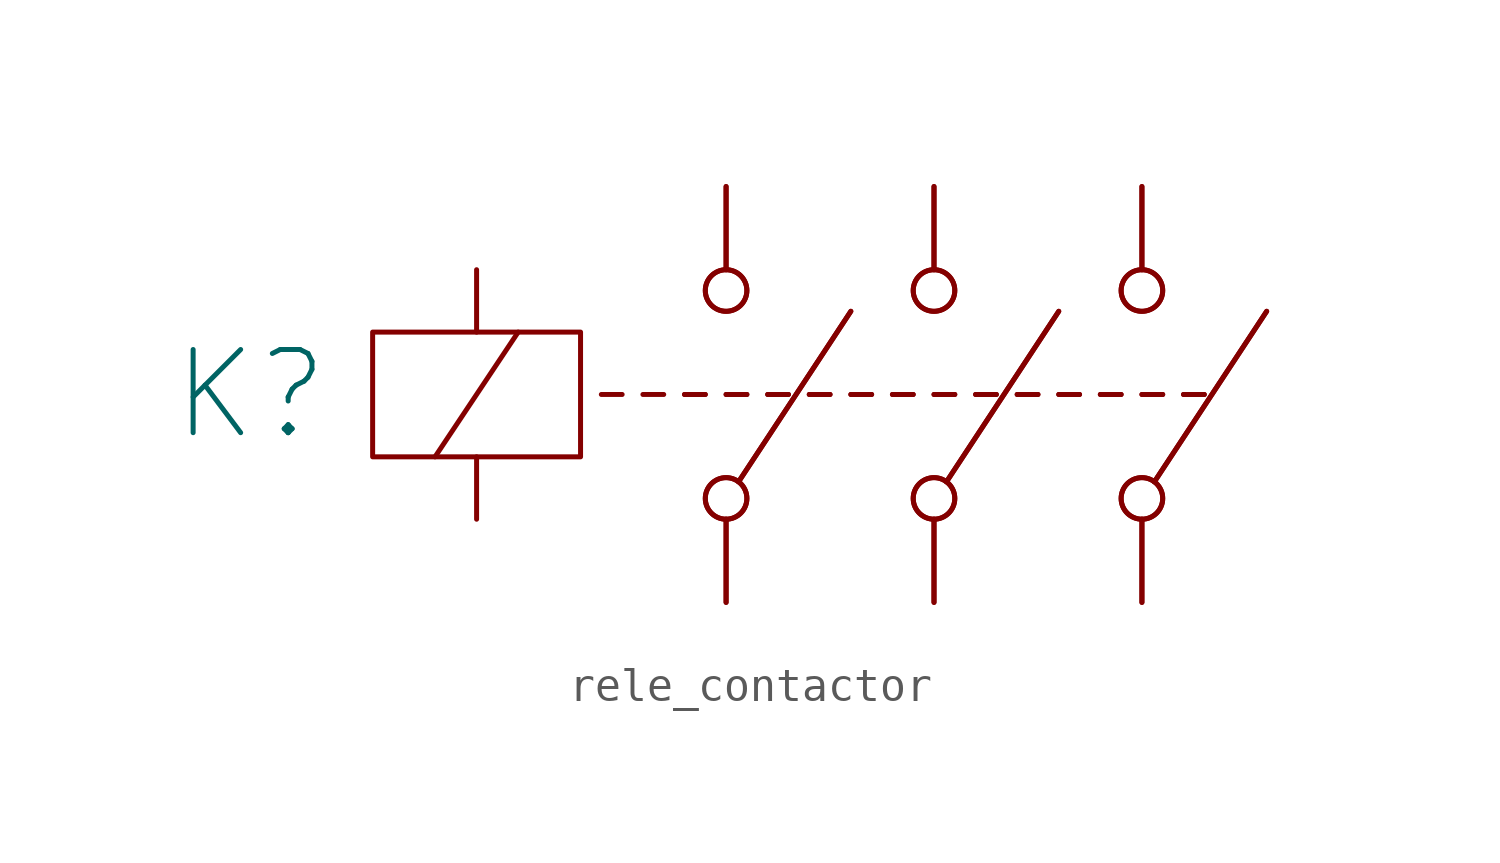
<source format=kicad_sym>
(kicad_symbol_lib
  (version 20211014)
  (generator kicad_symbol_editor)
  (symbol "rele_contactor"
    (pin_names
      (offset 1.016))
    (property "Reference" "K"
      (at -4.445 -3.81 0)
      (effects (font (size 2.54 2.54)) (justify right)))
    (symbol "rele_contactor_0_0"
      (rectangle (start -3.175 -1.905) (end 3.175 -5.715) (stroke (width 0) (type default) (color 0 0 0 0)) (fill (type none)))
      (polyline (pts (xy 1.27 -1.905) (xy -1.27 -5.715)) (stroke (width 0) (type default) (color 0 0 0 0)) (fill (type none)))
      (polyline (pts (xy 3.81 -3.81) (xy 4.445 -3.81)) (stroke (width 0) (type default) (color 0 0 0 0)) (fill (type none)))
      (polyline (pts (xy 5.08 -3.81) (xy 5.715 -3.81)) (stroke (width 0) (type default) (color 0 0 0 0)) (fill (type none)))
      (polyline (pts (xy 6.35 -3.81) (xy 6.985 -3.81)) (stroke (width 0) (type default) (color 0 0 0 0)) (fill (type none)))
      (polyline (pts (xy 6.35 -3.81) (xy 6.985 -3.81)) (stroke (width 0) (type default) (color 0 0 0 0)) (fill (type none)))
      (polyline (pts (xy 7.62 -3.81) (xy 8.255 -3.81)) (stroke (width 0) (type default) (color 0 0 0 0)) (fill (type none)))
      (polyline (pts (xy 7.62 -3.81) (xy 8.255 -3.81)) (stroke (width 0) (type default) (color 0 0 0 0)) (fill (type none)))
      (polyline (pts (xy 8.89 -3.81) (xy 9.525 -3.81)) (stroke (width 0) (type default) (color 0 0 0 0)) (fill (type none)))
      (polyline (pts (xy 8.89 -3.81) (xy 9.525 -3.81)) (stroke (width 0) (type default) (color 0 0 0 0)) (fill (type none)))
      (polyline (pts (xy 10.16 -3.81) (xy 10.795 -3.81)) (stroke (width 0) (type default) (color 0 0 0 0)) (fill (type none)))
      (polyline (pts (xy 10.16 -3.81) (xy 10.795 -3.81)) (stroke (width 0) (type default) (color 0 0 0 0)) (fill (type none)))
      (polyline (pts (xy 11.43 -3.81) (xy 12.065 -3.81)) (stroke (width 0) (type default) (color 0 0 0 0)) (fill (type none)))
      (polyline (pts (xy 11.43 -3.81) (xy 12.065 -3.81)) (stroke (width 0) (type default) (color 0 0 0 0)) (fill (type none)))
      (polyline (pts (xy 12.7 -3.81) (xy 13.335 -3.81)) (stroke (width 0) (type default) (color 0 0 0 0)) (fill (type none)))
      (polyline (pts (xy 12.7 -3.81) (xy 13.335 -3.81)) (stroke (width 0) (type default) (color 0 0 0 0)) (fill (type none)))
      (polyline (pts (xy 13.97 -3.81) (xy 14.605 -3.81)) (stroke (width 0) (type default) (color 0 0 0 0)) (fill (type none)))
      (polyline (pts (xy 13.97 -3.81) (xy 14.605 -3.81)) (stroke (width 0) (type default) (color 0 0 0 0)) (fill (type none)))
      (polyline (pts (xy 15.24 -3.81) (xy 15.875 -3.81)) (stroke (width 0) (type default) (color 0 0 0 0)) (fill (type none)))
      (polyline (pts (xy 15.24 -3.81) (xy 15.875 -3.81)) (stroke (width 0) (type default) (color 0 0 0 0)) (fill (type none)))
      (polyline (pts (xy 16.51 -3.81) (xy 17.145 -3.81)) (stroke (width 0) (type default) (color 0 0 0 0)) (fill (type none)))
      (polyline (pts (xy 16.51 -3.81) (xy 17.145 -3.81)) (stroke (width 0) (type default) (color 0 0 0 0)) (fill (type none)))
      (polyline (pts (xy 17.78 -3.81) (xy 18.415 -3.81)) (stroke (width 0) (type default) (color 0 0 0 0)) (fill (type none)))
      (polyline (pts (xy 17.78 -3.81) (xy 18.415 -3.81)) (stroke (width 0) (type default) (color 0 0 0 0)) (fill (type none)))
      (polyline (pts (xy 19.05 -3.81) (xy 19.685 -3.81)) (stroke (width 0) (type default) (color 0 0 0 0)) (fill (type none)))
      (polyline (pts (xy 19.05 -3.81) (xy 19.685 -3.81)) (stroke (width 0) (type default) (color 0 0 0 0)) (fill (type none)))
      (polyline (pts (xy 20.32 -3.81) (xy 20.955 -3.81)) (stroke (width 0) (type default) (color 0 0 0 0)) (fill (type none)))
      (polyline (pts (xy 20.32 -3.81) (xy 20.955 -3.81)) (stroke (width 0) (type default) (color 0 0 0 0)) (fill (type none)))
      (polyline (pts (xy 21.59 -3.81) (xy 22.225 -3.81)) (stroke (width 0) (type default) (color 0 0 0 0)) (fill (type none)))
      (polyline (pts (xy 21.59 -3.81) (xy 22.225 -3.81)) (stroke (width 0) (type default) (color 0 0 0 0)) (fill (type none))))
    (symbol "rele_contactor_1_0"
      (polyline (pts (xy 11.43 -1.27) (xy 8.001 -6.477)) (stroke (width 0) (type default) (color 0 0 0 0)) (fill (type none)))
      (polyline (pts (xy 11.43 -1.27) (xy 8.001 -6.477)) (stroke (width 0) (type default) (color 0 0 0 0)) (fill (type none)))
      (polyline (pts (xy 17.78 -1.27) (xy 14.351 -6.477)) (stroke (width 0) (type default) (color 0 0 0 0)) (fill (type none)))
      (polyline (pts (xy 17.78 -1.27) (xy 14.351 -6.477)) (stroke (width 0) (type default) (color 0 0 0 0)) (fill (type none)))
      (polyline (pts (xy 24.13 -1.27) (xy 20.701 -6.477)) (stroke (width 0) (type default) (color 0 0 0 0)) (fill (type none)))
      (polyline (pts (xy 24.13 -1.27) (xy 20.701 -6.477)) (stroke (width 0) (type default) (color 0 0 0 0)) (fill (type none)))
      (circle (center 7.62 -6.985) (radius 0.635) (stroke (width 0) (type default) (color 0 0 0 0)) (fill (type none)))
      (circle (center 7.62 -6.985) (radius 0.635) (stroke (width 0) (type default) (color 0 0 0 0)) (fill (type none)))
      (circle (center 7.62 -0.635) (radius 0.635) (stroke (width 0) (type default) (color 0 0 0 0)) (fill (type none)))
      (circle (center 7.62 -0.635) (radius 0.635) (stroke (width 0) (type default) (color 0 0 0 0)) (fill (type none)))
      (circle (center 13.97 -6.985) (radius 0.635) (stroke (width 0) (type default) (color 0 0 0 0)) (fill (type none)))
      (circle (center 13.97 -6.985) (radius 0.635) (stroke (width 0) (type default) (color 0 0 0 0)) (fill (type none)))
      (circle (center 13.97 -0.635) (radius 0.635) (stroke (width 0) (type default) (color 0 0 0 0)) (fill (type none)))
      (circle (center 13.97 -0.635) (radius 0.635) (stroke (width 0) (type default) (color 0 0 0 0)) (fill (type none)))
      (circle (center 20.32 -6.985) (radius 0.635) (stroke (width 0) (type default) (color 0 0 0 0)) (fill (type none)))
      (circle (center 20.32 -6.985) (radius 0.635) (stroke (width 0) (type default) (color 0 0 0 0)) (fill (type none)))
      (circle (center 20.32 -0.635) (radius 0.635) (stroke (width 0) (type default) (color 0 0 0 0)) (fill (type none)))
      (circle (center 20.32 -0.635) (radius 0.635) (stroke (width 0) (type default) (color 0 0 0 0)) (fill (type none))))
    (symbol "rele_contactor_1_1"
      (pin input line (at 0 -7.62 90) (length 1.905) (name "~" (effects (font (size 1.27 1.27)))) (number "~" (effects (font (size 1.143 1.143)))))
      (pin input line (at 0 0 270) (length 1.905) (name "~" (effects (font (size 1.27 1.27)))) (number "~" (effects (font (size 1.143 1.143)))))
      (pin input line (at 7.62 -10.16 90) (length 2.54) (name "~" (effects (font (size 1.27 1.27)))) (number "~" (effects (font (size 1.143 1.143)))))
      (pin input line (at 7.62 -10.16 90) (length 2.54) (name "~" (effects (font (size 1.27 1.27)))) (number "~" (effects (font (size 1.143 1.143)))))
      (pin input line (at 7.62 2.54 270) (length 2.54) (name "~" (effects (font (size 1.27 1.27)))) (number "~" (effects (font (size 1.143 1.143)))))
      (pin input line (at 7.62 2.54 270) (length 2.54) (name "~" (effects (font (size 1.27 1.27)))) (number "~" (effects (font (size 1.143 1.143)))))
      (pin input line (at 13.97 -10.16 90) (length 2.54) (name "~" (effects (font (size 1.27 1.27)))) (number "~" (effects (font (size 1.143 1.143)))))
      (pin input line (at 13.97 -10.16 90) (length 2.54) (name "~" (effects (font (size 1.27 1.27)))) (number "~" (effects (font (size 1.143 1.143)))))
      (pin input line (at 13.97 2.54 270) (length 2.54) (name "~" (effects (font (size 1.27 1.27)))) (number "~" (effects (font (size 1.143 1.143)))))
      (pin input line (at 13.97 2.54 270) (length 2.54) (name "~" (effects (font (size 1.27 1.27)))) (number "~" (effects (font (size 1.143 1.143)))))
      (pin input line (at 20.32 -10.16 90) (length 2.54) (name "~" (effects (font (size 1.27 1.27)))) (number "~" (effects (font (size 1.143 1.143)))))
      (pin input line (at 20.32 -10.16 90) (length 2.54) (name "~" (effects (font (size 1.27 1.27)))) (number "~" (effects (font (size 1.143 1.143)))))
      (pin input line (at 20.32 2.54 270) (length 2.54) (name "~" (effects (font (size 1.27 1.27)))) (number "~" (effects (font (size 1.143 1.143)))))
      (pin input line (at 20.32 2.54 270) (length 2.54) (name "~" (effects (font (size 1.27 1.27)))) (number "~" (effects (font (size 1.143 1.143))))))))
</source>
